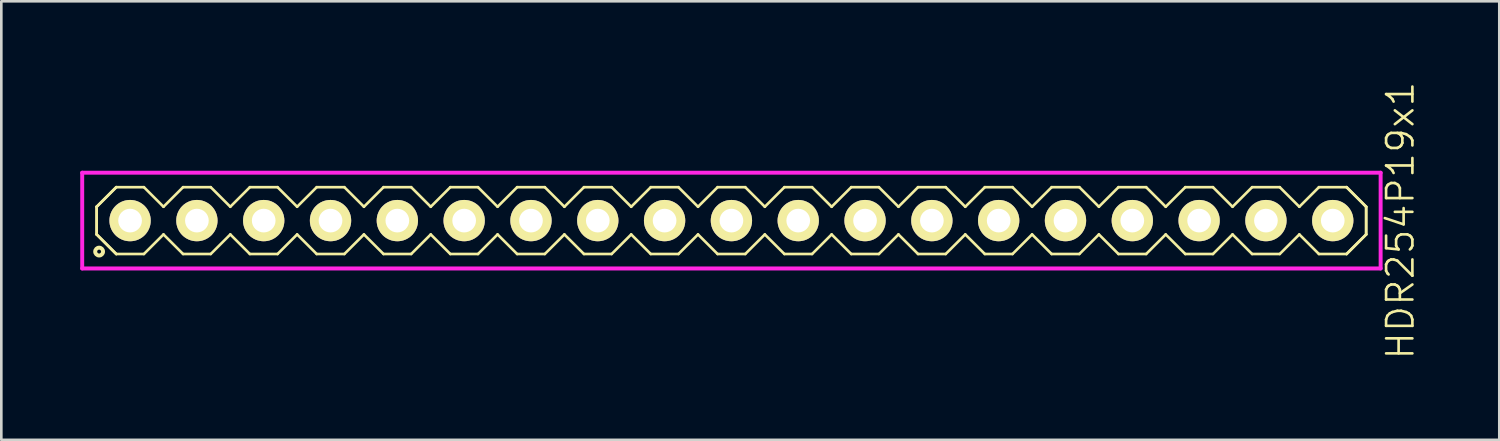
<source format=kicad_pcb>
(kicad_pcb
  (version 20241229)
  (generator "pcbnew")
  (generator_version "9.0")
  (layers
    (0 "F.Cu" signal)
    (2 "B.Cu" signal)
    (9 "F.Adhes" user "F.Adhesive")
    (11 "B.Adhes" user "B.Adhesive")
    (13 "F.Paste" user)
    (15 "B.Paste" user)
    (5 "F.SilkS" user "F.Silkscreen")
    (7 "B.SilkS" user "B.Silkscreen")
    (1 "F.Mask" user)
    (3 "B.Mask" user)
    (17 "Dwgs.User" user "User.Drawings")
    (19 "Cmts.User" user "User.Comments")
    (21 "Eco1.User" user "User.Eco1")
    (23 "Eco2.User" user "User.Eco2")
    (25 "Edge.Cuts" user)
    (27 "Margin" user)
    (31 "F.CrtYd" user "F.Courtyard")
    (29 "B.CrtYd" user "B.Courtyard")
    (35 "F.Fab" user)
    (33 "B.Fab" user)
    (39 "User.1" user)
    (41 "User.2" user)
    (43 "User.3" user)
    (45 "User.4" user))
  (footprint "HDR254P19x1"
    (layer "F.Cu")
    (at 24.755 5.336)
    (property "Reference" "HDR254P19x1" (at 25.43 0 90) (layer "F.SilkS") (effects (font (size 1 1) (thickness 0.1))))
    (attr through_hole)
    (fp_line (start -24.13 -0.526) (end -23.386 -1.27) (stroke (width 0.1) (type solid)) (layer "F.SilkS"))
    (fp_line (start -24.13 -0.526) (end -23.386 -1.27) (stroke (width 0.1) (type solid)) (layer "F.SilkS"))
    (fp_line (start -24.13 0.526) (end -24.13 -0.526) (stroke (width 0.1) (type solid)) (layer "F.SilkS"))
    (fp_line (start -24.13 0.526) (end -24.13 -0.526) (stroke (width 0.1) (type solid)) (layer "F.SilkS"))
    (fp_line (start -23.386 -1.27) (end -22.334 -1.27) (stroke (width 0.1) (type solid)) (layer "F.SilkS"))
    (fp_line (start -23.386 1.27) (end -24.13 0.526) (stroke (width 0.1) (type solid)) (layer "F.SilkS"))
    (fp_line (start -23.386 1.27) (end -24.13 0.526) (stroke (width 0.1) (type solid)) (layer "F.SilkS"))
    (fp_line (start -22.334 -1.27) (end -21.59 -0.526) (stroke (width 0.1) (type solid)) (layer "F.SilkS"))
    (fp_line (start -22.334 1.27) (end -23.386 1.27) (stroke (width 0.1) (type solid)) (layer "F.SilkS"))
    (fp_line (start -21.59 -0.526) (end -20.846 -1.27) (stroke (width 0.1) (type solid)) (layer "F.SilkS"))
    (fp_line (start -21.59 0.526) (end -22.334 1.27) (stroke (width 0.1) (type solid)) (layer "F.SilkS"))
    (fp_line (start -20.846 -1.27) (end -19.794 -1.27) (stroke (width 0.1) (type solid)) (layer "F.SilkS"))
    (fp_line (start -20.846 1.27) (end -21.59 0.526) (stroke (width 0.1) (type solid)) (layer "F.SilkS"))
    (fp_line (start -19.794 -1.27) (end -19.05 -0.526) (stroke (width 0.1) (type solid)) (layer "F.SilkS"))
    (fp_line (start -19.794 1.27) (end -20.846 1.27) (stroke (width 0.1) (type solid)) (layer "F.SilkS"))
    (fp_line (start -19.05 -0.526) (end -18.306 -1.27) (stroke (width 0.1) (type solid)) (layer "F.SilkS"))
    (fp_line (start -19.05 0.526) (end -19.794 1.27) (stroke (width 0.1) (type solid)) (layer "F.SilkS"))
    (fp_line (start -18.306 -1.27) (end -17.254 -1.27) (stroke (width 0.1) (type solid)) (layer "F.SilkS"))
    (fp_line (start -18.306 1.27) (end -19.05 0.526) (stroke (width 0.1) (type solid)) (layer "F.SilkS"))
    (fp_line (start -17.254 -1.27) (end -16.51 -0.526) (stroke (width 0.1) (type solid)) (layer "F.SilkS"))
    (fp_line (start -17.254 1.27) (end -18.306 1.27) (stroke (width 0.1) (type solid)) (layer "F.SilkS"))
    (fp_line (start -16.51 -0.526) (end -15.766 -1.27) (stroke (width 0.1) (type solid)) (layer "F.SilkS"))
    (fp_line (start -16.51 0.526) (end -17.254 1.27) (stroke (width 0.1) (type solid)) (layer "F.SilkS"))
    (fp_line (start -15.766 -1.27) (end -14.714 -1.27) (stroke (width 0.1) (type solid)) (layer "F.SilkS"))
    (fp_line (start -15.766 1.27) (end -16.51 0.526) (stroke (width 0.1) (type solid)) (layer "F.SilkS"))
    (fp_line (start -14.714 -1.27) (end -13.97 -0.526) (stroke (width 0.1) (type solid)) (layer "F.SilkS"))
    (fp_line (start -14.714 1.27) (end -15.766 1.27) (stroke (width 0.1) (type solid)) (layer "F.SilkS"))
    (fp_line (start -13.97 -0.526) (end -13.226 -1.27) (stroke (width 0.1) (type solid)) (layer "F.SilkS"))
    (fp_line (start -13.97 0.526) (end -14.714 1.27) (stroke (width 0.1) (type solid)) (layer "F.SilkS"))
    (fp_line (start -13.226 -1.27) (end -12.174 -1.27) (stroke (width 0.1) (type solid)) (layer "F.SilkS"))
    (fp_line (start -13.226 1.27) (end -13.97 0.526) (stroke (width 0.1) (type solid)) (layer "F.SilkS"))
    (fp_line (start -12.174 -1.27) (end -11.43 -0.526) (stroke (width 0.1) (type solid)) (layer "F.SilkS"))
    (fp_line (start -12.174 1.27) (end -13.226 1.27) (stroke (width 0.1) (type solid)) (layer "F.SilkS"))
    (fp_line (start -11.43 -0.526) (end -10.686 -1.27) (stroke (width 0.1) (type solid)) (layer "F.SilkS"))
    (fp_line (start -11.43 0.526) (end -12.174 1.27) (stroke (width 0.1) (type solid)) (layer "F.SilkS"))
    (fp_line (start -10.686 -1.27) (end -9.634 -1.27) (stroke (width 0.1) (type solid)) (layer "F.SilkS"))
    (fp_line (start -10.686 1.27) (end -11.43 0.526) (stroke (width 0.1) (type solid)) (layer "F.SilkS"))
    (fp_line (start -9.634 -1.27) (end -8.89 -0.526) (stroke (width 0.1) (type solid)) (layer "F.SilkS"))
    (fp_line (start -9.634 1.27) (end -10.686 1.27) (stroke (width 0.1) (type solid)) (layer "F.SilkS"))
    (fp_line (start -8.89 -0.526) (end -8.146 -1.27) (stroke (width 0.1) (type solid)) (layer "F.SilkS"))
    (fp_line (start -8.89 0.526) (end -9.634 1.27) (stroke (width 0.1) (type solid)) (layer "F.SilkS"))
    (fp_line (start -8.146 -1.27) (end -7.094 -1.27) (stroke (width 0.1) (type solid)) (layer "F.SilkS"))
    (fp_line (start -8.146 1.27) (end -8.89 0.526) (stroke (width 0.1) (type solid)) (layer "F.SilkS"))
    (fp_line (start -7.094 -1.27) (end -6.35 -0.526) (stroke (width 0.1) (type solid)) (layer "F.SilkS"))
    (fp_line (start -7.094 1.27) (end -8.146 1.27) (stroke (width 0.1) (type solid)) (layer "F.SilkS"))
    (fp_line (start -6.35 -0.526) (end -5.606 -1.27) (stroke (width 0.1) (type solid)) (layer "F.SilkS"))
    (fp_line (start -6.35 0.526) (end -7.094 1.27) (stroke (width 0.1) (type solid)) (layer "F.SilkS"))
    (fp_line (start -5.606 -1.27) (end -4.554 -1.27) (stroke (width 0.1) (type solid)) (layer "F.SilkS"))
    (fp_line (start -5.606 1.27) (end -6.35 0.526) (stroke (width 0.1) (type solid)) (layer "F.SilkS"))
    (fp_line (start -4.554 -1.27) (end -3.81 -0.526) (stroke (width 0.1) (type solid)) (layer "F.SilkS"))
    (fp_line (start -4.554 1.27) (end -5.606 1.27) (stroke (width 0.1) (type solid)) (layer "F.SilkS"))
    (fp_line (start -3.81 -0.526) (end -3.066 -1.27) (stroke (width 0.1) (type solid)) (layer "F.SilkS"))
    (fp_line (start -3.81 0.526) (end -4.554 1.27) (stroke (width 0.1) (type solid)) (layer "F.SilkS"))
    (fp_line (start -3.066 -1.27) (end -2.014 -1.27) (stroke (width 0.1) (type solid)) (layer "F.SilkS"))
    (fp_line (start -3.066 1.27) (end -3.81 0.526) (stroke (width 0.1) (type solid)) (layer "F.SilkS"))
    (fp_line (start -2.014 -1.27) (end -1.27 -0.526) (stroke (width 0.1) (type solid)) (layer "F.SilkS"))
    (fp_line (start -2.014 1.27) (end -3.066 1.27) (stroke (width 0.1) (type solid)) (layer "F.SilkS"))
    (fp_line (start -1.27 -0.526) (end -0.526 -1.27) (stroke (width 0.1) (type solid)) (layer "F.SilkS"))
    (fp_line (start -1.27 0.526) (end -2.014 1.27) (stroke (width 0.1) (type solid)) (layer "F.SilkS"))
    (fp_line (start -0.526 -1.27) (end 0.526 -1.27) (stroke (width 0.1) (type solid)) (layer "F.SilkS"))
    (fp_line (start -0.526 1.27) (end -1.27 0.526) (stroke (width 0.1) (type solid)) (layer "F.SilkS"))
    (fp_line (start 0.526 -1.27) (end 1.27 -0.526) (stroke (width 0.1) (type solid)) (layer "F.SilkS"))
    (fp_line (start 0.526 1.27) (end -0.526 1.27) (stroke (width 0.1) (type solid)) (layer "F.SilkS"))
    (fp_line (start 1.27 -0.526) (end 2.014 -1.27) (stroke (width 0.1) (type solid)) (layer "F.SilkS"))
    (fp_line (start 1.27 0.526) (end 0.526 1.27) (stroke (width 0.1) (type solid)) (layer "F.SilkS"))
    (fp_line (start 2.014 -1.27) (end 3.066 -1.27) (stroke (width 0.1) (type solid)) (layer "F.SilkS"))
    (fp_line (start 2.014 1.27) (end 1.27 0.526) (stroke (width 0.1) (type solid)) (layer "F.SilkS"))
    (fp_line (start 3.066 -1.27) (end 3.81 -0.526) (stroke (width 0.1) (type solid)) (layer "F.SilkS"))
    (fp_line (start 3.066 1.27) (end 2.014 1.27) (stroke (width 0.1) (type solid)) (layer "F.SilkS"))
    (fp_line (start 3.81 -0.526) (end 4.554 -1.27) (stroke (width 0.1) (type solid)) (layer "F.SilkS"))
    (fp_line (start 3.81 0.526) (end 3.066 1.27) (stroke (width 0.1) (type solid)) (layer "F.SilkS"))
    (fp_line (start 4.554 -1.27) (end 5.606 -1.27) (stroke (width 0.1) (type solid)) (layer "F.SilkS"))
    (fp_line (start 4.554 1.27) (end 3.81 0.526) (stroke (width 0.1) (type solid)) (layer "F.SilkS"))
    (fp_line (start 5.606 -1.27) (end 6.35 -0.526) (stroke (width 0.1) (type solid)) (layer "F.SilkS"))
    (fp_line (start 5.606 1.27) (end 4.554 1.27) (stroke (width 0.1) (type solid)) (layer "F.SilkS"))
    (fp_line (start 6.35 -0.526) (end 7.094 -1.27) (stroke (width 0.1) (type solid)) (layer "F.SilkS"))
    (fp_line (start 6.35 0.526) (end 5.606 1.27) (stroke (width 0.1) (type solid)) (layer "F.SilkS"))
    (fp_line (start 7.094 -1.27) (end 8.146 -1.27) (stroke (width 0.1) (type solid)) (layer "F.SilkS"))
    (fp_line (start 7.094 1.27) (end 6.35 0.526) (stroke (width 0.1) (type solid)) (layer "F.SilkS"))
    (fp_line (start 8.146 -1.27) (end 8.89 -0.526) (stroke (width 0.1) (type solid)) (layer "F.SilkS"))
    (fp_line (start 8.146 1.27) (end 7.094 1.27) (stroke (width 0.1) (type solid)) (layer "F.SilkS"))
    (fp_line (start 8.89 -0.526) (end 9.634 -1.27) (stroke (width 0.1) (type solid)) (layer "F.SilkS"))
    (fp_line (start 8.89 0.526) (end 8.146 1.27) (stroke (width 0.1) (type solid)) (layer "F.SilkS"))
    (fp_line (start 9.634 -1.27) (end 10.686 -1.27) (stroke (width 0.1) (type solid)) (layer "F.SilkS"))
    (fp_line (start 9.634 1.27) (end 8.89 0.526) (stroke (width 0.1) (type solid)) (layer "F.SilkS"))
    (fp_line (start 10.686 -1.27) (end 11.43 -0.526) (stroke (width 0.1) (type solid)) (layer "F.SilkS"))
    (fp_line (start 10.686 1.27) (end 9.634 1.27) (stroke (width 0.1) (type solid)) (layer "F.SilkS"))
    (fp_line (start 11.43 -0.526) (end 12.174 -1.27) (stroke (width 0.1) (type solid)) (layer "F.SilkS"))
    (fp_line (start 11.43 0.526) (end 10.686 1.27) (stroke (width 0.1) (type solid)) (layer "F.SilkS"))
    (fp_line (start 12.174 -1.27) (end 13.226 -1.27) (stroke (width 0.1) (type solid)) (layer "F.SilkS"))
    (fp_line (start 12.174 1.27) (end 11.43 0.526) (stroke (width 0.1) (type solid)) (layer "F.SilkS"))
    (fp_line (start 13.226 -1.27) (end 13.97 -0.526) (stroke (width 0.1) (type solid)) (layer "F.SilkS"))
    (fp_line (start 13.226 1.27) (end 12.174 1.27) (stroke (width 0.1) (type solid)) (layer "F.SilkS"))
    (fp_line (start 13.97 -0.526) (end 14.714 -1.27) (stroke (width 0.1) (type solid)) (layer "F.SilkS"))
    (fp_line (start 13.97 0.526) (end 13.226 1.27) (stroke (width 0.1) (type solid)) (layer "F.SilkS"))
    (fp_line (start 14.714 -1.27) (end 15.766 -1.27) (stroke (width 0.1) (type solid)) (layer "F.SilkS"))
    (fp_line (start 14.714 1.27) (end 13.97 0.526) (stroke (width 0.1) (type solid)) (layer "F.SilkS"))
    (fp_line (start 15.766 -1.27) (end 16.51 -0.526) (stroke (width 0.1) (type solid)) (layer "F.SilkS"))
    (fp_line (start 15.766 1.27) (end 14.714 1.27) (stroke (width 0.1) (type solid)) (layer "F.SilkS"))
    (fp_line (start 16.51 -0.526) (end 17.254 -1.27) (stroke (width 0.1) (type solid)) (layer "F.SilkS"))
    (fp_line (start 16.51 0.526) (end 15.766 1.27) (stroke (width 0.1) (type solid)) (layer "F.SilkS"))
    (fp_line (start 17.254 -1.27) (end 18.306 -1.27) (stroke (width 0.1) (type solid)) (layer "F.SilkS"))
    (fp_line (start 17.254 1.27) (end 16.51 0.526) (stroke (width 0.1) (type solid)) (layer "F.SilkS"))
    (fp_line (start 18.306 -1.27) (end 19.05 -0.526) (stroke (width 0.1) (type solid)) (layer "F.SilkS"))
    (fp_line (start 18.306 1.27) (end 17.254 1.27) (stroke (width 0.1) (type solid)) (layer "F.SilkS"))
    (fp_line (start 19.05 -0.526) (end 19.794 -1.27) (stroke (width 0.1) (type solid)) (layer "F.SilkS"))
    (fp_line (start 19.05 0.526) (end 18.306 1.27) (stroke (width 0.1) (type solid)) (layer "F.SilkS"))
    (fp_line (start 19.794 -1.27) (end 20.846 -1.27) (stroke (width 0.1) (type solid)) (layer "F.SilkS"))
    (fp_line (start 19.794 1.27) (end 19.05 0.526) (stroke (width 0.1) (type solid)) (layer "F.SilkS"))
    (fp_line (start 20.846 -1.27) (end 21.59 -0.526) (stroke (width 0.1) (type solid)) (layer "F.SilkS"))
    (fp_line (start 20.846 1.27) (end 19.794 1.27) (stroke (width 0.1) (type solid)) (layer "F.SilkS"))
    (fp_line (start 21.59 -0.526) (end 22.334 -1.27) (stroke (width 0.1) (type solid)) (layer "F.SilkS"))
    (fp_line (start 21.59 0.526) (end 20.846 1.27) (stroke (width 0.1) (type solid)) (layer "F.SilkS"))
    (fp_line (start 22.334 -1.27) (end 23.386 -1.27) (stroke (width 0.1) (type solid)) (layer "F.SilkS"))
    (fp_line (start 22.334 1.27) (end 21.59 0.526) (stroke (width 0.1) (type solid)) (layer "F.SilkS"))
    (fp_line (start 23.386 -1.27) (end 24.13 -0.526) (stroke (width 0.1) (type solid)) (layer "F.SilkS"))
    (fp_line (start 23.386 -1.27) (end 24.13 -0.526) (stroke (width 0.1) (type solid)) (layer "F.SilkS"))
    (fp_line (start 23.386 1.27) (end 22.334 1.27) (stroke (width 0.1) (type solid)) (layer "F.SilkS"))
    (fp_line (start 24.13 -0.526) (end 24.13 0.526) (stroke (width 0.1) (type solid)) (layer "F.SilkS"))
    (fp_line (start 24.13 -0.526) (end 24.13 0.526) (stroke (width 0.1) (type solid)) (layer "F.SilkS"))
    (fp_line (start 24.13 0.526) (end 23.386 1.27) (stroke (width 0.1) (type solid)) (layer "F.SilkS"))
    (fp_line (start 24.13 0.526) (end 23.386 1.27) (stroke (width 0.1) (type solid)) (layer "F.SilkS"))
    (fp_circle (center -24.037 1.178) (end -23.888 1.178) (stroke (width 0.15) (type solid)) (fill no) (layer "F.SilkS"))
    (fp_line (start -24.68 -1.82) (end -24.68 1.82) (stroke (width 0.15) (type solid)) (layer "F.CrtYd"))
    (fp_line (start -24.68 1.82) (end 24.68 1.82) (stroke (width 0.15) (type solid)) (layer "F.CrtYd"))
    (fp_line (start 24.68 -1.82) (end -24.68 -1.82) (stroke (width 0.15) (type solid)) (layer "F.CrtYd"))
    (fp_line (start 24.68 1.82) (end 24.68 -1.82) (stroke (width 0.15) (type solid)) (layer "F.CrtYd"))
    (pad "1" thru_hole oval (at -22.86 0) (size 1.57 1.57) (drill 0.9) (layers "*.Cu" "*.Mask" "F.SilkS"))
    (pad "2" thru_hole oval (at -20.32 0) (size 1.57 1.57) (drill 0.9) (layers "*.Cu" "*.Mask" "F.SilkS"))
    (pad "3" thru_hole oval (at -17.78 0) (size 1.57 1.57) (drill 0.9) (layers "*.Cu" "*.Mask" "F.SilkS"))
    (pad "4" thru_hole oval (at -15.24 0) (size 1.57 1.57) (drill 0.9) (layers "*.Cu" "*.Mask" "F.SilkS"))
    (pad "5" thru_hole oval (at -12.7 0) (size 1.57 1.57) (drill 0.9) (layers "*.Cu" "*.Mask" "F.SilkS"))
    (pad "6" thru_hole oval (at -10.16 0) (size 1.57 1.57) (drill 0.9) (layers "*.Cu" "*.Mask" "F.SilkS"))
    (pad "7" thru_hole oval (at -7.62 0) (size 1.57 1.57) (drill 0.9) (layers "*.Cu" "*.Mask" "F.SilkS"))
    (pad "8" thru_hole oval (at -5.08 0) (size 1.57 1.57) (drill 0.9) (layers "*.Cu" "*.Mask" "F.SilkS"))
    (pad "9" thru_hole oval (at -2.54 0) (size 1.57 1.57) (drill 0.9) (layers "*.Cu" "*.Mask" "F.SilkS"))
    (pad "10" thru_hole oval (at 0 0) (size 1.57 1.57) (drill 0.9) (layers "*.Cu" "*.Mask" "F.SilkS"))
    (pad "11" thru_hole oval (at 2.54 0) (size 1.57 1.57) (drill 0.9) (layers "*.Cu" "*.Mask" "F.SilkS"))
    (pad "12" thru_hole oval (at 5.08 0) (size 1.57 1.57) (drill 0.9) (layers "*.Cu" "*.Mask" "F.SilkS"))
    (pad "13" thru_hole oval (at 7.62 0) (size 1.57 1.57) (drill 0.9) (layers "*.Cu" "*.Mask" "F.SilkS"))
    (pad "14" thru_hole oval (at 10.16 0) (size 1.57 1.57) (drill 0.9) (layers "*.Cu" "*.Mask" "F.SilkS"))
    (pad "15" thru_hole oval (at 12.7 0) (size 1.57 1.57) (drill 0.9) (layers "*.Cu" "*.Mask" "F.SilkS"))
    (pad "16" thru_hole oval (at 15.24 0) (size 1.57 1.57) (drill 0.9) (layers "*.Cu" "*.Mask" "F.SilkS"))
    (pad "17" thru_hole oval (at 17.78 0) (size 1.57 1.57) (drill 0.9) (layers "*.Cu" "*.Mask" "F.SilkS"))
    (pad "18" thru_hole oval (at 20.32 0) (size 1.57 1.57) (drill 0.9) (layers "*.Cu" "*.Mask" "F.SilkS"))
    (pad "19" thru_hole oval (at 22.86 0) (size 1.57 1.57) (drill 0.9) (layers "*.Cu" "*.Mask" "F.SilkS")))
  (gr_rect
    (start -3 -3)
    (end 53.946 13.671)
    (stroke (width 0.1) (type default))
    (fill no)
    (layer "Edge.Cuts")))
</source>
